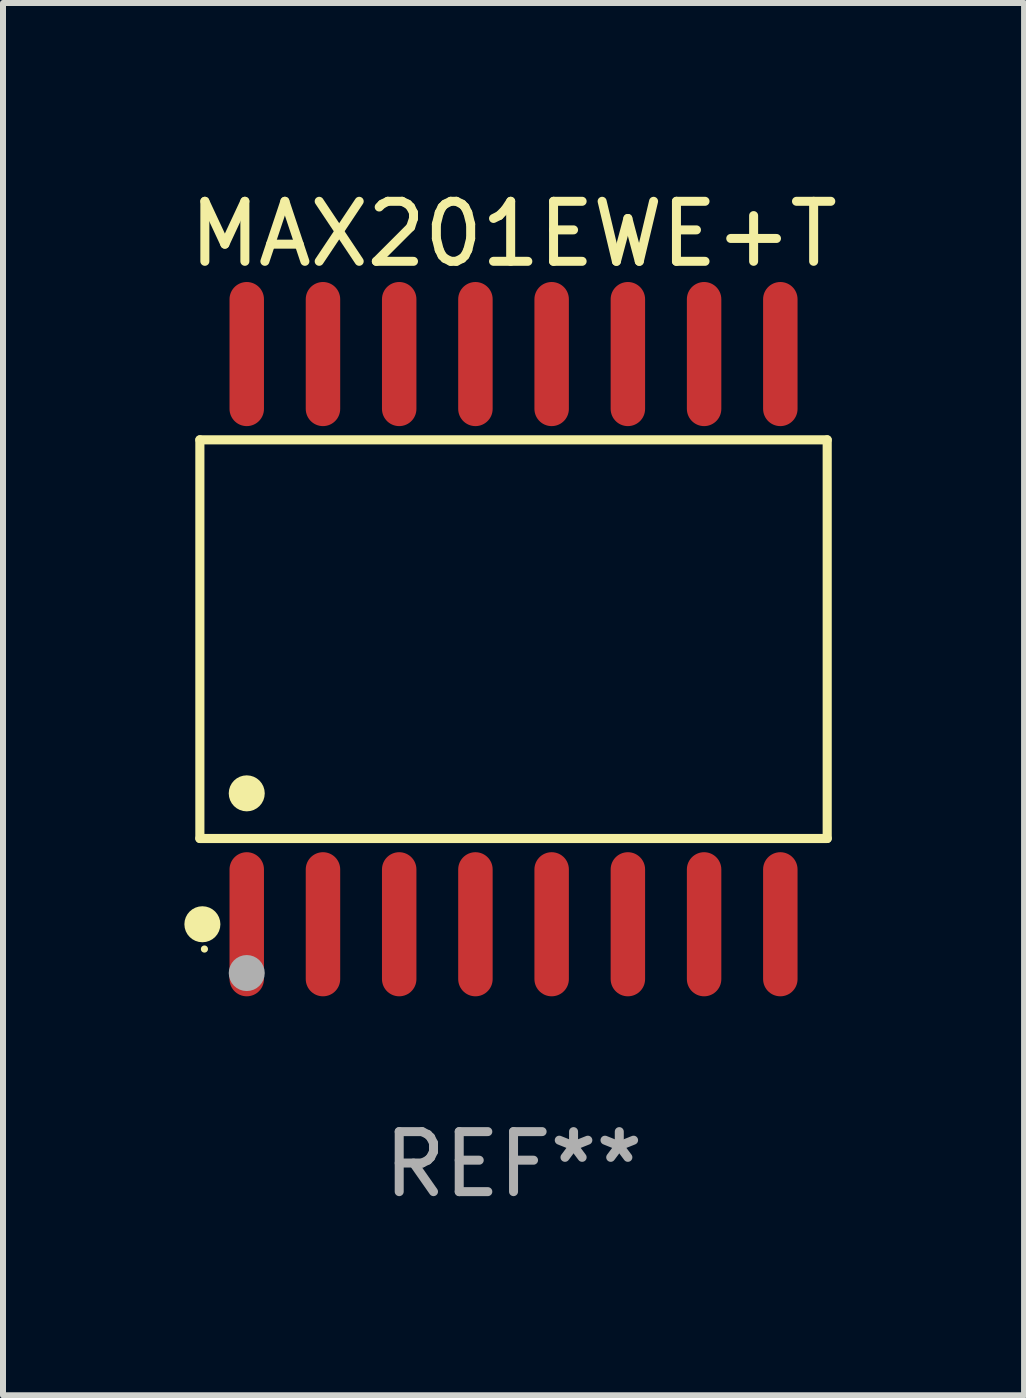
<source format=kicad_pcb>
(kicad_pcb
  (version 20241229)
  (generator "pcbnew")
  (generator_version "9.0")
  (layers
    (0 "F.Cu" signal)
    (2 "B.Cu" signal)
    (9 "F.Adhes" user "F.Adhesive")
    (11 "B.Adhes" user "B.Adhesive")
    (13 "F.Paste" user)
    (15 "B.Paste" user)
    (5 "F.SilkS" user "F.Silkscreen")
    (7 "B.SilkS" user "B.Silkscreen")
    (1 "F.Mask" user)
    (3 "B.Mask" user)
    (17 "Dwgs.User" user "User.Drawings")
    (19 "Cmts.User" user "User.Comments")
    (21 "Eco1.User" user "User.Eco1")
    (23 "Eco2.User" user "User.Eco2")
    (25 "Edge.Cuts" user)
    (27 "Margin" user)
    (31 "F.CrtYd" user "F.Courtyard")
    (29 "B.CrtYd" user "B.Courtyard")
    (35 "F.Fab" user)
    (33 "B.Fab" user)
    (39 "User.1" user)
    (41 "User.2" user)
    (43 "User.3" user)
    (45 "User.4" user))
  (footprint "MAX201EWE+T"
    (layer "F.Cu")
    (at 5.506 7.599)
    (property "Reference" "MAX201EWE+T" (at 0 -6.75 0) (layer "F.SilkS") (effects (font (size 1 1) (thickness 0.15))))
    (attr through_hole)
    (fp_line (start -5.226 -3.321) (end 5.226 -3.321) (stroke (width 0.152) (type solid)) (layer "F.SilkS"))
    (fp_line (start -5.226 3.321) (end -5.226 -3.321) (stroke (width 0.152) (type solid)) (layer "F.SilkS"))
    (fp_line (start 5.226 -3.321) (end 5.226 3.321) (stroke (width 0.152) (type solid)) (layer "F.SilkS"))
    (fp_line (start 5.226 3.321) (end -5.226 3.321) (stroke (width 0.152) (type solid)) (layer "F.SilkS"))
    (fp_circle (center -5.184 4.75) (end -5.034 4.75) (stroke (width 0.3) (type solid)) (fill no) (layer "F.SilkS"))
    (fp_circle (center -5.15 5.163) (end -5.12 5.163) (stroke (width 0.06) (type solid)) (fill no) (layer "F.SilkS"))
    (fp_circle (center -4.445 2.569) (end -4.295 2.569) (stroke (width 0.3) (type solid)) (fill no) (layer "F.SilkS"))
    (fp_circle (center -4.445 5.563) (end -4.295 5.563) (stroke (width 0.3) (type solid)) (fill no) (layer "F.Fab"))
    (fp_text user "REF**" (at 0 8.75 0) (layer "F.Fab") (effects (font (size 1 1) (thickness 0.15))))
    (pad "1" smd oval (at -4.445 4.75) (size 0.574 2.401) (layers "F.Cu" "F.Mask" "F.Paste"))
    (pad "2" smd oval (at -3.175 4.75) (size 0.574 2.401) (layers "F.Cu" "F.Mask" "F.Paste"))
    (pad "3" smd oval (at -1.905 4.75) (size 0.574 2.401) (layers "F.Cu" "F.Mask" "F.Paste"))
    (pad "4" smd oval (at -0.635 4.75) (size 0.574 2.401) (layers "F.Cu" "F.Mask" "F.Paste"))
    (pad "5" smd oval (at 0.635 4.75) (size 0.574 2.401) (layers "F.Cu" "F.Mask" "F.Paste"))
    (pad "6" smd oval (at 1.905 4.75) (size 0.574 2.401) (layers "F.Cu" "F.Mask" "F.Paste"))
    (pad "7" smd oval (at 3.175 4.75) (size 0.574 2.401) (layers "F.Cu" "F.Mask" "F.Paste"))
    (pad "8" smd oval (at 4.445 4.75) (size 0.574 2.401) (layers "F.Cu" "F.Mask" "F.Paste"))
    (pad "9" smd oval (at 4.445 -4.75) (size 0.574 2.401) (layers "F.Cu" "F.Mask" "F.Paste"))
    (pad "10" smd oval (at 3.175 -4.75) (size 0.574 2.401) (layers "F.Cu" "F.Mask" "F.Paste"))
    (pad "11" smd oval (at 1.905 -4.75) (size 0.574 2.401) (layers "F.Cu" "F.Mask" "F.Paste"))
    (pad "12" smd oval (at 0.635 -4.75) (size 0.574 2.401) (layers "F.Cu" "F.Mask" "F.Paste"))
    (pad "13" smd oval (at -0.635 -4.75) (size 0.574 2.401) (layers "F.Cu" "F.Mask" "F.Paste"))
    (pad "14" smd oval (at -1.905 -4.75) (size 0.574 2.401) (layers "F.Cu" "F.Mask" "F.Paste"))
    (pad "15" smd oval (at -3.175 -4.75) (size 0.574 2.401) (layers "F.Cu" "F.Mask" "F.Paste"))
    (pad "16" smd oval (at -4.445 -4.75) (size 0.574 2.401) (layers "F.Cu" "F.Mask" "F.Paste")))
  (gr_rect
    (start -3 -3)
    (end 14.012 20.197)
    (stroke (width 0.1) (type default))
    (fill no)
    (layer "Edge.Cuts")))
</source>
